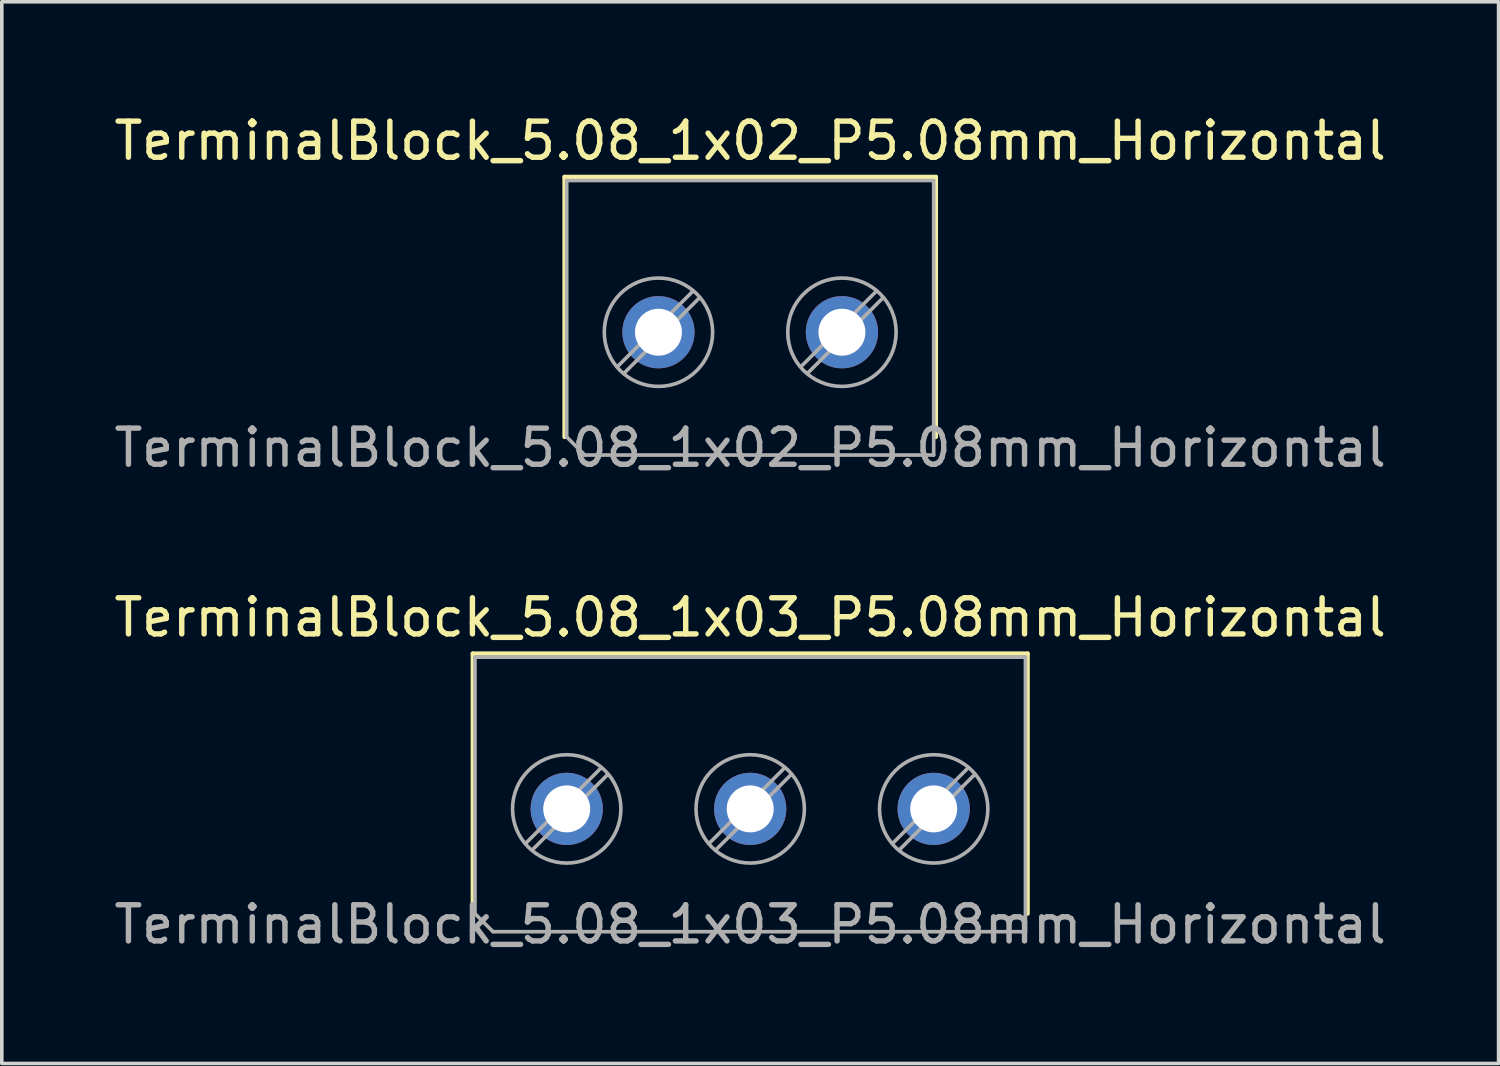
<source format=kicad_pcb>
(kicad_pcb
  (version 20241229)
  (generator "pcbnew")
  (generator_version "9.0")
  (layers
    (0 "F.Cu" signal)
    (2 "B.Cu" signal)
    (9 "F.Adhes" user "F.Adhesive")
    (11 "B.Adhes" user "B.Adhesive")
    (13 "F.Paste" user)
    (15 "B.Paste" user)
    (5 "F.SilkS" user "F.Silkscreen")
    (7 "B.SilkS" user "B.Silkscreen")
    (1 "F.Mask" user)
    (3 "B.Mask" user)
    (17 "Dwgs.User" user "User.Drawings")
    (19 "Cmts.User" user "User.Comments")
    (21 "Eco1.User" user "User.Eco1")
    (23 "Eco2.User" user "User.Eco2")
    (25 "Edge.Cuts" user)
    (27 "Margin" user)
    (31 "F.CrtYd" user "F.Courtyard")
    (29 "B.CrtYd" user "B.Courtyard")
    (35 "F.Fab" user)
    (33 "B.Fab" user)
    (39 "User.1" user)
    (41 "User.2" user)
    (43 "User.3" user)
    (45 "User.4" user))
  (footprint "TerminalBlock_5.08_1x03_P5.08mm_Horizontal"
    (layer "F.Cu")
    (at 12.64 19.345)
    (property "Reference" "TerminalBlock_5.08_1x03_P5.08mm_Horizontal" (at 5.08 -5.3 0) (layer "F.SilkS") (effects (font (size 1 1) (thickness 0.15))))
    (attr through_hole)
    (fp_line (start -2.6 -4.3) (end -2.6 3) (stroke (width 0.12) (type solid)) (layer "F.SilkS"))
    (fp_line (start -2.6 -4.3) (end 12.76 -4.3) (stroke (width 0.12) (type solid)) (layer "F.SilkS"))
    (fp_line (start 12.76 -4.3) (end 12.76 2.9) (stroke (width 0.12) (type solid)) (layer "F.SilkS"))
    (fp_line (start -2.54 -4.2) (end 12.7 -4.2) (stroke (width 0.1) (type solid)) (layer "F.Fab"))
    (fp_line (start -2.54 2.9) (end -2.54 -4.2) (stroke (width 0.1) (type solid)) (layer "F.Fab"))
    (fp_line (start -2.04 3.4) (end -2.54 2.9) (stroke (width 0.1) (type solid)) (layer "F.Fab"))
    (fp_line (start 0.955 -1.138) (end -1.138 0.955) (stroke (width 0.1) (type solid)) (layer "F.Fab"))
    (fp_line (start 1.138 -0.955) (end -0.955 1.138) (stroke (width 0.1) (type solid)) (layer "F.Fab"))
    (fp_line (start 6.035 -1.138) (end 3.943 0.955) (stroke (width 0.1) (type solid)) (layer "F.Fab"))
    (fp_line (start 6.218 -0.955) (end 4.126 1.138) (stroke (width 0.1) (type solid)) (layer "F.Fab"))
    (fp_line (start 11.115 -1.138) (end 9.023 0.955) (stroke (width 0.1) (type solid)) (layer "F.Fab"))
    (fp_line (start 11.298 -0.955) (end 9.206 1.138) (stroke (width 0.1) (type solid)) (layer "F.Fab"))
    (fp_line (start 12.7 -4.2) (end 12.7 3.4) (stroke (width 0.1) (type solid)) (layer "F.Fab"))
    (fp_line (start 12.7 3.4) (end -2.04 3.4) (stroke (width 0.1) (type solid)) (layer "F.Fab"))
    (fp_circle (center 0 0) (end 1.5 0) (stroke (width 0.1) (type solid)) (fill no) (layer "F.Fab"))
    (fp_circle (center 5.08 0) (end 6.58 0) (stroke (width 0.1) (type solid)) (fill no) (layer "F.Fab"))
    (fp_circle (center 10.16 0) (end 11.66 0) (stroke (width 0.1) (type solid)) (fill no) (layer "F.Fab"))
    (fp_text user "${REFERENCE}" (at 5.08 3.2 0) (layer "F.Fab") (effects (font (size 1 1) (thickness 0.15))))
    (pad "1" thru_hole circle (at 10.16 0) (size 2 2) (drill 1.3) (layers "*.Cu" "*.Mask"))
    (pad "2" thru_hole circle (at 5.08 0) (size 2 2) (drill 1.3) (layers "*.Cu" "*.Mask"))
    (pad "3" thru_hole circle (at 0 0) (size 2 2) (drill 1.3) (layers "*.Cu" "*.Mask")))
  (footprint "TerminalBlock_5.08_1x02_P5.08mm_Horizontal"
    (layer "F.Cu")
    (at 15.18 6.148)
    (property "Reference" "TerminalBlock_5.08_1x02_P5.08mm_Horizontal" (at 2.54 -5.3 0) (layer "F.SilkS") (effects (font (size 1 1) (thickness 0.15))))
    (attr through_hole)
    (fp_line (start -2.6 -4.3) (end -2.6 2.9) (stroke (width 0.12) (type solid)) (layer "F.SilkS"))
    (fp_line (start -2.6 -4.3) (end 7.68 -4.3) (stroke (width 0.12) (type solid)) (layer "F.SilkS"))
    (fp_line (start 7.68 -4.3) (end 7.68 2.9) (stroke (width 0.12) (type solid)) (layer "F.SilkS"))
    (fp_line (start -2.54 -4.2) (end 7.62 -4.2) (stroke (width 0.1) (type solid)) (layer "F.Fab"))
    (fp_line (start -2.54 2.9) (end -2.54 -4.2) (stroke (width 0.1) (type solid)) (layer "F.Fab"))
    (fp_line (start -2.04 3.4) (end -2.54 2.9) (stroke (width 0.1) (type solid)) (layer "F.Fab"))
    (fp_line (start 0.955 -1.138) (end -1.138 0.955) (stroke (width 0.1) (type solid)) (layer "F.Fab"))
    (fp_line (start 1.138 -0.955) (end -0.955 1.138) (stroke (width 0.1) (type solid)) (layer "F.Fab"))
    (fp_line (start 6.035 -1.138) (end 3.943 0.955) (stroke (width 0.1) (type solid)) (layer "F.Fab"))
    (fp_line (start 6.218 -0.955) (end 4.126 1.138) (stroke (width 0.1) (type solid)) (layer "F.Fab"))
    (fp_line (start 7.62 -4.2) (end 7.62 3.4) (stroke (width 0.1) (type solid)) (layer "F.Fab"))
    (fp_line (start 7.62 3.4) (end -2.04 3.4) (stroke (width 0.1) (type solid)) (layer "F.Fab"))
    (fp_circle (center 0 0) (end 1.5 0) (stroke (width 0.1) (type solid)) (fill no) (layer "F.Fab"))
    (fp_circle (center 5.08 0) (end 6.58 0) (stroke (width 0.1) (type solid)) (fill no) (layer "F.Fab"))
    (fp_text user "${REFERENCE}" (at 2.54 3.2 0) (layer "F.Fab") (effects (font (size 1 1) (thickness 0.15))))
    (pad "1" thru_hole circle (at 5.08 0) (size 2 2) (drill 1.3) (layers "*.Cu" "*.Mask"))
    (pad "2" thru_hole circle (at 0 0) (size 2 2) (drill 1.3) (layers "*.Cu" "*.Mask")))
  (gr_rect
    (start -3 -3)
    (end 38.44 26.393)
    (stroke (width 0.1) (type default))
    (fill no)
    (layer "Edge.Cuts")))
</source>
